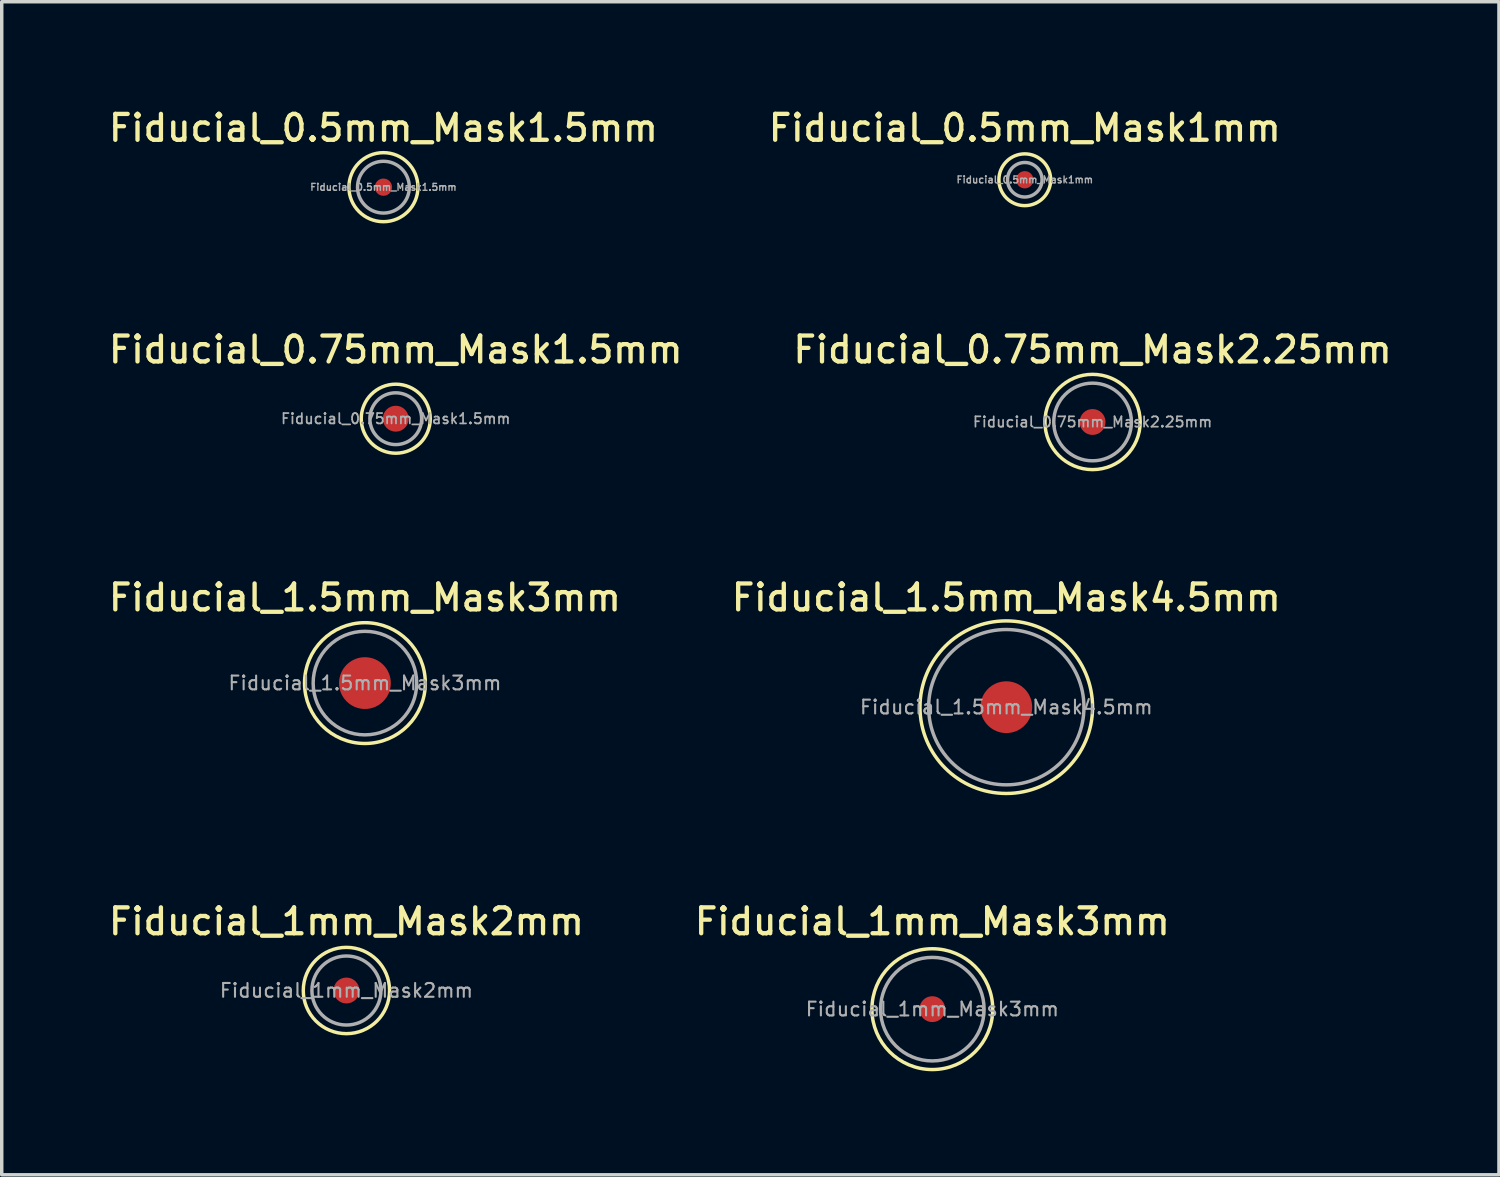
<source format=kicad_pcb>
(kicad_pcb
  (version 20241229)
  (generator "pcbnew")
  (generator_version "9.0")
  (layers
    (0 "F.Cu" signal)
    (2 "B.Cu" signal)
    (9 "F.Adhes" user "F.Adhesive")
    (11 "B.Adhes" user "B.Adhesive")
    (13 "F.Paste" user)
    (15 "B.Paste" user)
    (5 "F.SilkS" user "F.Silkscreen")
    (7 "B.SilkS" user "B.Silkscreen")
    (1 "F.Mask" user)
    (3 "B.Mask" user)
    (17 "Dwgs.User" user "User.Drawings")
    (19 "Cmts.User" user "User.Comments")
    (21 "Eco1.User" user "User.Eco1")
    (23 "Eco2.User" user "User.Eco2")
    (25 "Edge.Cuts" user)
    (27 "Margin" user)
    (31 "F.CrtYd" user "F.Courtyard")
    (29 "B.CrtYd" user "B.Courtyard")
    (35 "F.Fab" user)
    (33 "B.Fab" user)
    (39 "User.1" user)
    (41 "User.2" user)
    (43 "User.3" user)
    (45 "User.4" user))
  (footprint "Fiducial_1mm_Mask2mm"
    (layer "F.Cu")
    (at 6.987 25.648)
    (property "Reference" "Fiducial_1mm_Mask2mm" (at 0 -2 0) (layer "F.SilkS") (effects (font (size 0.75 0.75) (thickness 0.125))))
    (attr smd)
    (fp_circle (center 0 0) (end 1.25 0) (stroke (width 0.1) (type solid)) (fill no) (layer "F.SilkS"))
    (fp_circle (center 0 0) (end 1 0) (stroke (width 0.1) (type solid)) (fill no) (layer "F.Fab"))
    (fp_text user "${REFERENCE}" (at 0 0 0) (layer "F.Fab") (effects (font (size 0.4 0.4) (thickness 0.06))))
    (pad "" smd circle (at 0 0) (size 0.75 0.75) (layers "F.Cu" "F.Mask")))
  (footprint "Fiducial_1.5mm_Mask4.5mm"
    (layer "F.Cu")
    (at 26.105 17.439)
    (property "Reference" "Fiducial_1.5mm_Mask4.5mm" (at 0 -3.175 0) (layer "F.SilkS") (effects (font (size 0.75 0.75) (thickness 0.125))))
    (attr smd)
    (fp_circle (center 0 0) (end 2.5 0) (stroke (width 0.1) (type solid)) (fill no) (layer "F.SilkS"))
    (fp_circle (center 0 0) (end 2.25 0) (stroke (width 0.1) (type solid)) (fill no) (layer "F.Fab"))
    (fp_text user "${REFERENCE}" (at 0 0 0) (layer "F.Fab") (effects (font (size 0.4 0.4) (thickness 0.06))))
    (pad "" smd circle (at 0 0) (size 1.5 1.5) (layers "F.Cu" "F.Mask")))
  (footprint "Fiducial_1.5mm_Mask3mm"
    (layer "F.Cu")
    (at 7.523 16.741)
    (property "Reference" "Fiducial_1.5mm_Mask3mm" (at 0 -2.477 0) (layer "F.SilkS") (effects (font (size 0.75 0.75) (thickness 0.125))))
    (attr smd)
    (fp_circle (center 0 0) (end 1.75 0) (stroke (width 0.1) (type solid)) (fill no) (layer "F.SilkS"))
    (fp_circle (center 0 0) (end 1.5 0) (stroke (width 0.1) (type solid)) (fill no) (layer "F.Fab"))
    (fp_text user "${REFERENCE}" (at 0 0 0) (layer "F.Fab") (effects (font (size 0.4 0.4) (thickness 0.06))))
    (pad "" smd circle (at 0 0) (size 1.5 1.5) (layers "F.Cu" "F.Mask")))
  (footprint "Fiducial_0.5mm_Mask1.5mm"
    (layer "F.Cu")
    (at 8.059 2.373)
    (property "Reference" "Fiducial_0.5mm_Mask1.5mm" (at 0 -1.714 0) (layer "F.SilkS") (effects (font (size 0.75 0.75) (thickness 0.125))))
    (attr smd)
    (fp_circle (center 0 0) (end 1 0) (stroke (width 0.1) (type solid)) (fill no) (layer "F.SilkS"))
    (fp_circle (center 0 0) (end 0.75 0) (stroke (width 0.1) (type solid)) (fill no) (layer "F.Fab"))
    (fp_text user "${REFERENCE}" (at 0 0 0) (layer "F.Fab") (effects (font (size 0.2 0.2) (thickness 0.04))))
    (pad "" smd circle (at 0 0) (size 0.5 0.5) (layers "F.Cu" "F.Mask")))
  (footprint "Fiducial_1mm_Mask3mm"
    (layer "F.Cu")
    (at 23.962 26.188)
    (property "Reference" "Fiducial_1mm_Mask3mm" (at 0 -2.54 0) (layer "F.SilkS") (effects (font (size 0.75 0.75) (thickness 0.125))))
    (attr smd)
    (fp_circle (center 0 0) (end 1.75 0) (stroke (width 0.1) (type solid)) (fill no) (layer "F.SilkS"))
    (fp_circle (center 0 0) (end 1.5 0) (stroke (width 0.1) (type solid)) (fill no) (layer "F.Fab"))
    (fp_text user "${REFERENCE}" (at 0 0 0) (layer "F.Fab") (effects (font (size 0.4 0.4) (thickness 0.06))))
    (pad "" smd circle (at 0 0) (size 0.75 0.75) (layers "F.Cu" "F.Mask")))
  (footprint "Fiducial_0.75mm_Mask2.25mm"
    (layer "F.Cu")
    (at 28.605 9.176)
    (property "Reference" "Fiducial_0.75mm_Mask2.25mm" (at 0 -2.095 0) (layer "F.SilkS") (effects (font (size 0.75 0.75) (thickness 0.125))))
    (attr smd)
    (fp_circle (center 0 0) (end 1.38 0) (stroke (width 0.1) (type solid)) (fill no) (layer "F.SilkS"))
    (fp_circle (center 0 0) (end 1.125 0) (stroke (width 0.1) (type solid)) (fill no) (layer "F.Fab"))
    (fp_text user "${REFERENCE}" (at 0 0 0) (layer "F.Fab") (effects (font (size 0.3 0.3) (thickness 0.05))))
    (pad "" smd circle (at 0 0) (size 0.75 0.75) (layers "F.Cu" "F.Mask")))
  (footprint "Fiducial_0.75mm_Mask1.5mm"
    (layer "F.Cu")
    (at 8.416 9.081)
    (property "Reference" "Fiducial_0.75mm_Mask1.5mm" (at 0 -2 0) (layer "F.SilkS") (effects (font (size 0.75 0.75) (thickness 0.125))))
    (attr smd)
    (fp_circle (center 0 0) (end 1 0) (stroke (width 0.1) (type solid)) (fill no) (layer "F.SilkS"))
    (fp_circle (center 0 0) (end 0.75 0) (stroke (width 0.1) (type solid)) (fill no) (layer "F.Fab"))
    (fp_text user "${REFERENCE}" (at 0 0 0) (layer "F.Fab") (effects (font (size 0.3 0.3) (thickness 0.05))))
    (pad "" smd circle (at 0 0) (size 0.75 0.75) (layers "F.Cu" "F.Mask")))
  (footprint "Fiducial_0.5mm_Mask1mm"
    (layer "F.Cu")
    (at 26.641 2.158)
    (property "Reference" "Fiducial_0.5mm_Mask1mm" (at 0 -1.5 0) (layer "F.SilkS") (effects (font (size 0.75 0.75) (thickness 0.125))))
    (attr smd)
    (fp_circle (center 0 0) (end 0.75 0) (stroke (width 0.1) (type solid)) (fill no) (layer "F.SilkS"))
    (fp_circle (center 0 0) (end 0.5 0) (stroke (width 0.1) (type solid)) (fill no) (layer "F.Fab"))
    (fp_text user "${REFERENCE}" (at 0 0 0) (layer "F.Fab") (effects (font (size 0.2 0.2) (thickness 0.04))))
    (pad "" smd circle (at 0 0) (size 0.5 0.5) (layers "F.Cu" "F.Mask")))
  (gr_rect
    (start -3 -3)
    (end 40.379 30.988)
    (stroke (width 0.1) (type default))
    (fill no)
    (layer "Edge.Cuts")))
</source>
